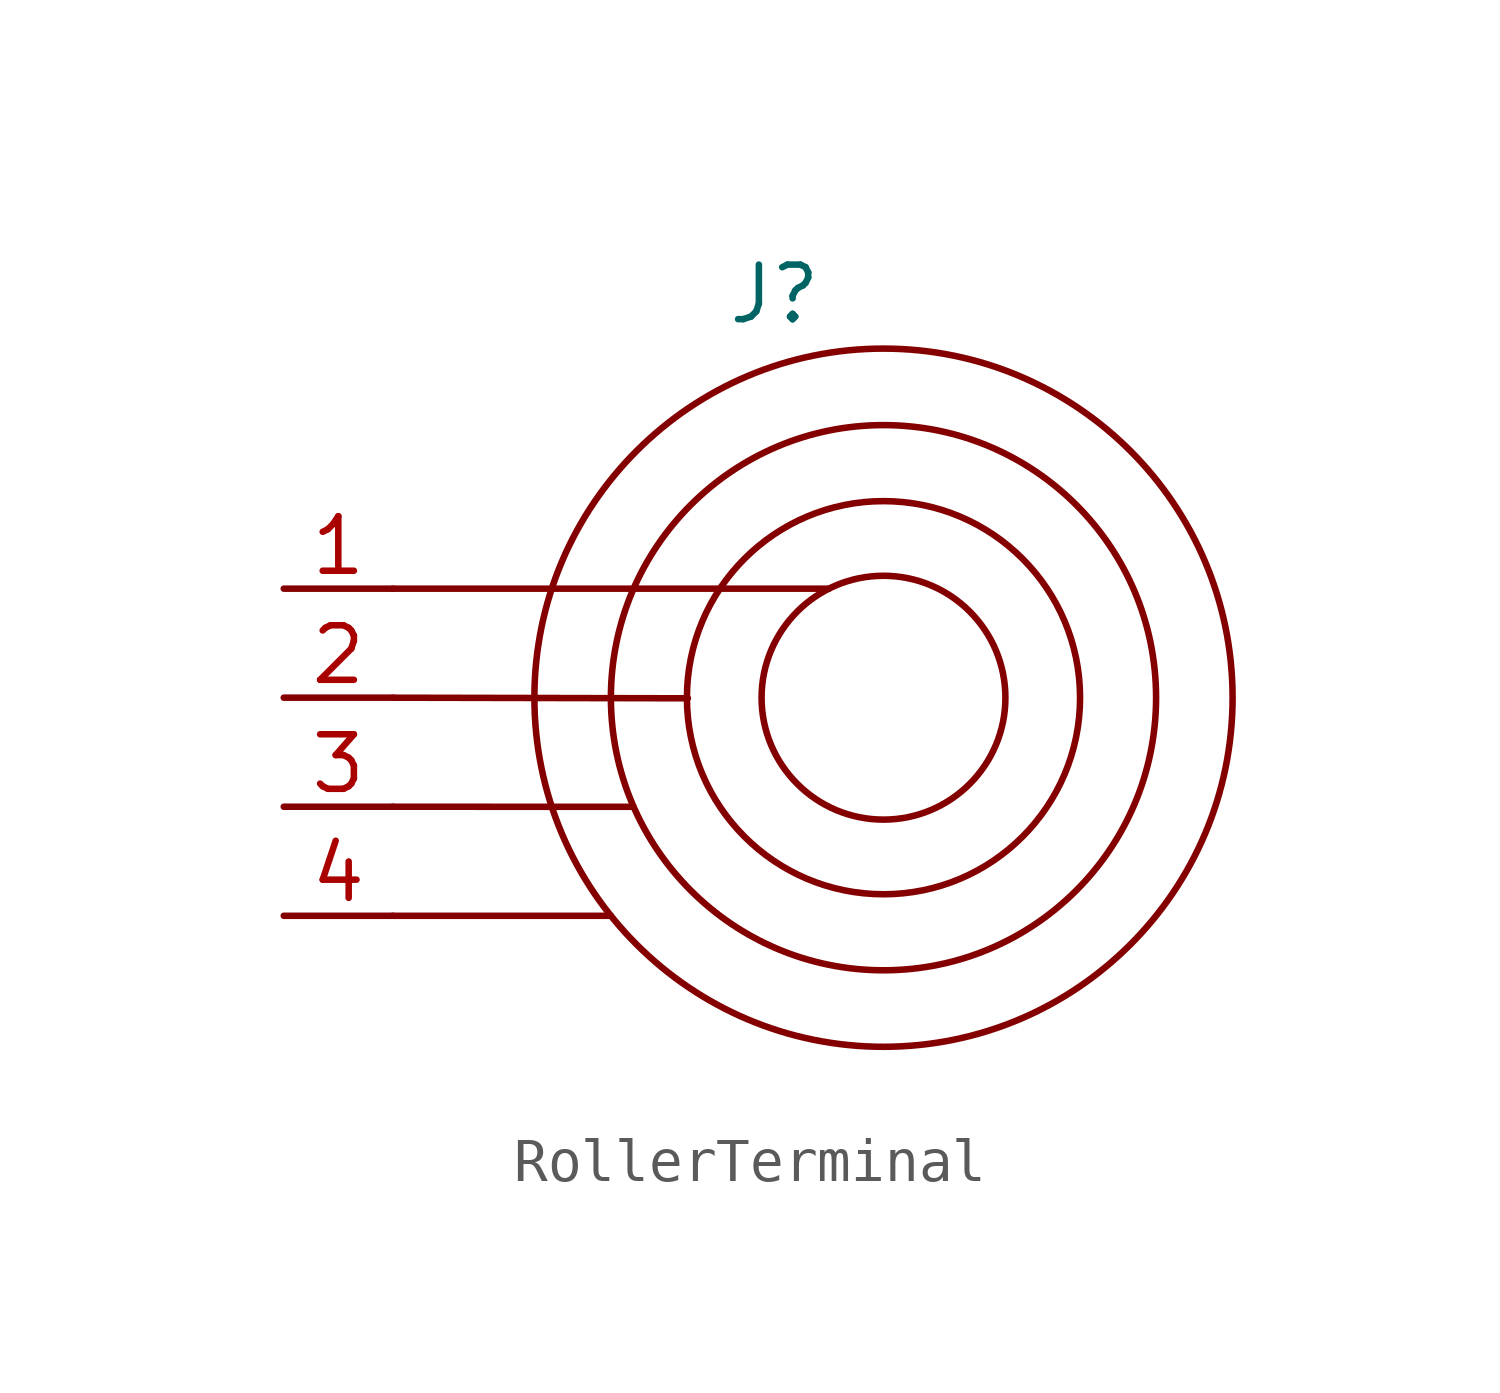
<source format=kicad_sym>
(kicad_symbol_lib
  (version 20241209)
  (generator "kicad_symbol_editor")
  (generator_version "9.0")
  (symbol "RollerTerminal"
    (property "Reference" "J"
      (at -2.54 9.398 0)
      (effects (font (size 1.27 1.27))))
    (property "Value" ""
      (at 0 0 0)
      (effects (font (size 1.27 1.27))))
    (symbol "RollerTerminal_0_1"
      (polyline (pts (xy -6.35 -5.08) (xy -11.43 -5.08)) (stroke (width 0) (type default)) (fill (type none)))
      (polyline (pts (xy -5.843 -2.542) (xy -11.43 -2.54)) (stroke (width 0) (type default)) (fill (type none)))
      (polyline (pts (xy -1.27 2.54) (xy -11.43 2.54)) (stroke (width 0) (type default)) (fill (type none)))
      (circle (center 0 0) (radius 2.84) (stroke (width 0) (type default)) (fill (type none)))
      (circle (center 0 0) (radius 4.579) (stroke (width 0) (type default)) (fill (type none)))
      (circle (center 0 0) (radius 6.35) (stroke (width 0) (type default)) (fill (type none)))
      (circle (center 0 0) (radius 8.132) (stroke (width 0) (type default)) (fill (type none))))
    (symbol "RollerTerminal_1_0"
      (pin bidirectional line (at -13.97 2.54 0) (length 2.54) (name "" (effects (font (size 1.27 1.27)))) (number "1" (effects (font (size 1.27 1.27)))))
      (pin bidirectional line (at -13.97 0 0) (length 2.54) (name "" (effects (font (size 1.27 1.27)))) (number "2" (effects (font (size 1.27 1.27)))))
      (pin bidirectional line (at -13.97 -2.54 0) (length 2.54) (name "" (effects (font (size 1.27 1.27)))) (number "3" (effects (font (size 1.27 1.27)))))
      (pin bidirectional line (at -13.97 -5.08 0) (length 2.54) (name "" (effects (font (size 1.27 1.27)))) (number "4" (effects (font (size 1.27 1.27))))))
    (symbol "RollerTerminal_1_1"
      (polyline (pts (xy -4.557 -0.014) (xy -11.43 0)) (stroke (width 0) (type solid)) (fill (type none))))))
</source>
